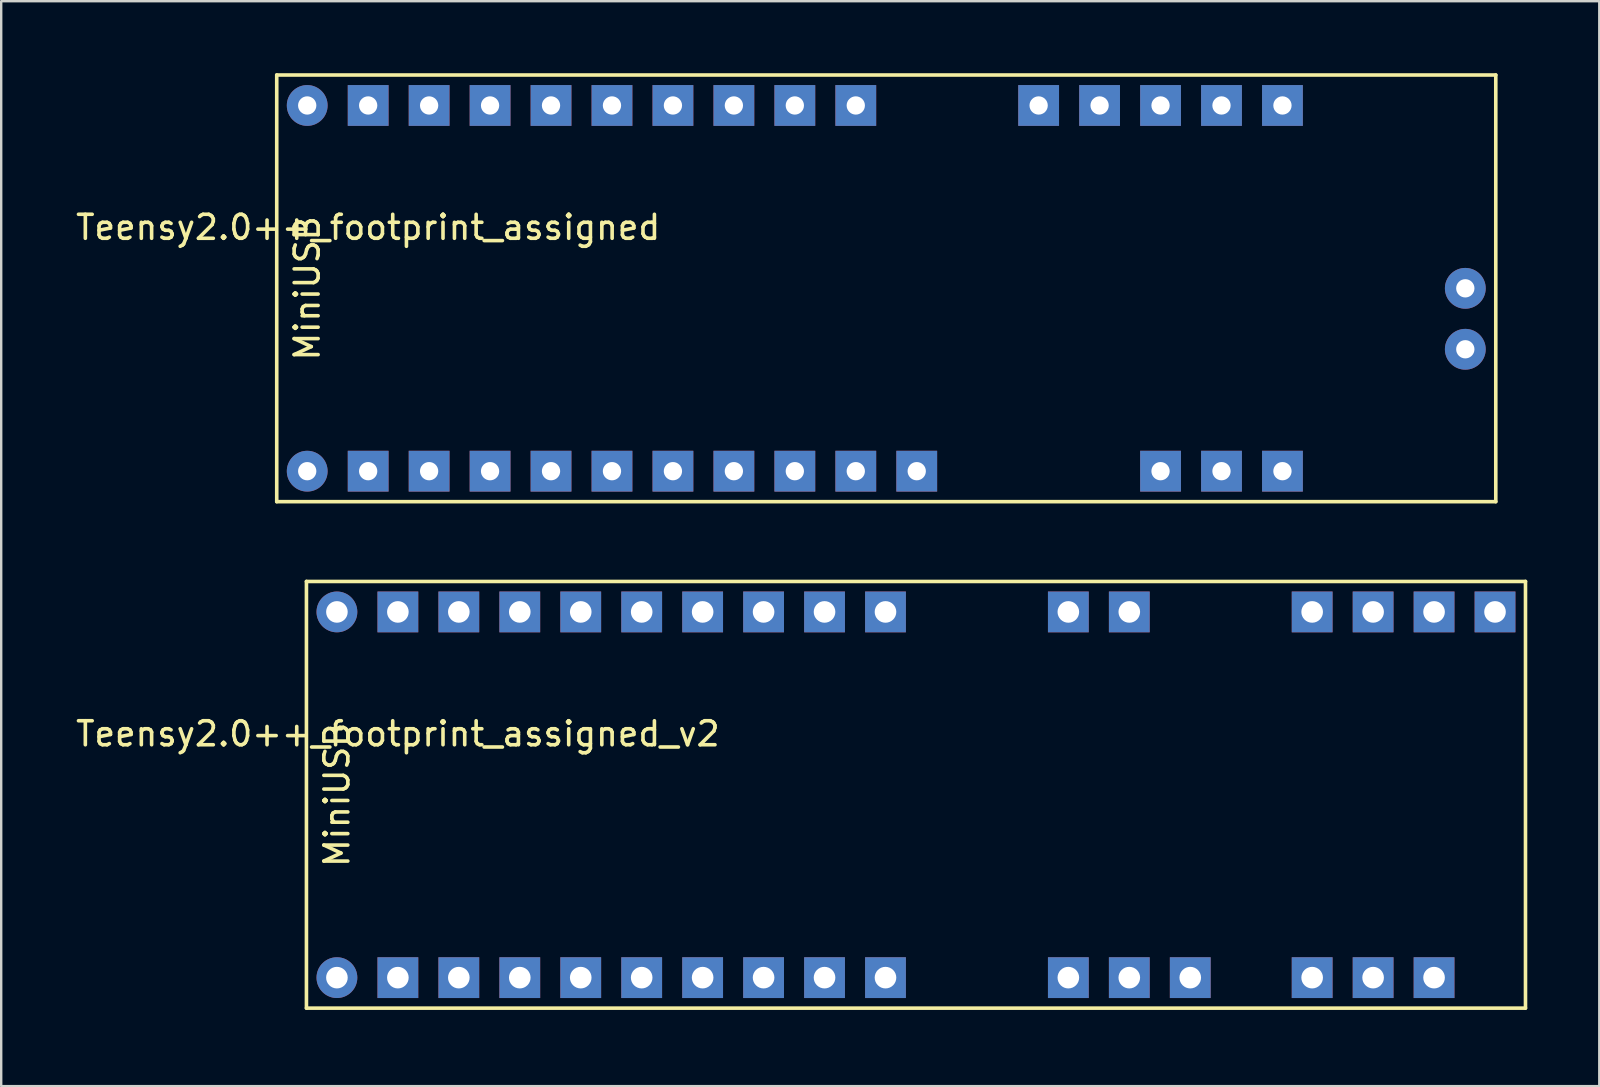
<source format=kicad_pcb>
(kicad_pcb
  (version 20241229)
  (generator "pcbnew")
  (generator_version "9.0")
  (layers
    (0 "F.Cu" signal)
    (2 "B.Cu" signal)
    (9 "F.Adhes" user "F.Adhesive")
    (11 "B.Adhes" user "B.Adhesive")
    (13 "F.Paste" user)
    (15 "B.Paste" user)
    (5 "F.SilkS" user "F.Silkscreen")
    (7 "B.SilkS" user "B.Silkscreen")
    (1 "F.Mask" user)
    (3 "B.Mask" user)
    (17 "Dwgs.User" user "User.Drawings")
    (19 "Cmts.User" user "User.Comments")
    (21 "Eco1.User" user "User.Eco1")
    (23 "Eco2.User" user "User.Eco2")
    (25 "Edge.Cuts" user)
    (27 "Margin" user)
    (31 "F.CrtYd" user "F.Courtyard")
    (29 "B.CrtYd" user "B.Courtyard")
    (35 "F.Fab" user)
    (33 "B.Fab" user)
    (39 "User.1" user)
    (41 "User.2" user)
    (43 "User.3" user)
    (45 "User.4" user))
  (footprint "Teensy2.0++_footprint_assigned_v2"
    (layer "F.Cu")
    (at 9.72 38.96)
    (property "Reference" "Teensy2.0++_footprint_assigned_v2" (at 3.81 -11.43 0) (layer "F.SilkS") (effects (font (size 1 1) (thickness 0.15))))
    (attr through_hole)
    (fp_line (start 0 -12.7) (end 3.81 -12.7) (stroke (width 0.15) (type solid)) (layer "F.Mask"))
    (fp_line (start 3.81 -12.7) (end 3.81 -5.08) (stroke (width 0.15) (type solid)) (layer "F.Mask"))
    (fp_line (start 3.81 -5.08) (end 0 -5.08) (stroke (width 0.15) (type solid)) (layer "F.Mask"))
    (fp_line (start 0 -17.78) (end 50.8 -17.78) (stroke (width 0.15) (type solid)) (layer "F.SilkS"))
    (fp_line (start 0 0) (end 0 -17.78) (stroke (width 0.15) (type solid)) (layer "F.SilkS"))
    (fp_line (start 50.8 -17.78) (end 50.8 0) (stroke (width 0.15) (type solid)) (layer "F.SilkS"))
    (fp_line (start 50.8 0) (end 0 0) (stroke (width 0.15) (type solid)) (layer "F.SilkS"))
    (fp_text user "MiniUSB" (at 1.27 -8.89 90) (layer "F.SilkS") (effects (font (size 1 1) (thickness 0.15))))
    (pad "0" thru_hole rect (at 6.35 -1.27) (size 1.7 1.7) (drill 0.9) (layers "*.Cu" "*.Mask"))
    (pad "1" thru_hole rect (at 8.89 -1.27) (size 1.7 1.7) (drill 0.9) (layers "*.Cu" "*.Mask"))
    (pad "2" thru_hole rect (at 11.43 -1.27) (size 1.7 1.7) (drill 0.9) (layers "*.Cu" "*.Mask"))
    (pad "3" thru_hole rect (at 13.97 -1.27) (size 1.7 1.7) (drill 0.9) (layers "*.Cu" "*.Mask"))
    (pad "4" thru_hole rect (at 16.51 -1.27) (size 1.7 1.7) (drill 0.9) (layers "*.Cu" "*.Mask"))
    (pad "5" thru_hole rect (at 19.05 -1.27) (size 1.7 1.7) (drill 0.9) (layers "*.Cu" "*.Mask"))
    (pad "6" thru_hole rect (at 21.59 -1.27) (size 1.7 1.7) (drill 0.9) (layers "*.Cu" "*.Mask"))
    (pad "7" thru_hole rect (at 24.13 -1.27) (size 1.7 1.7) (drill 0.9) (layers "*.Cu" "*.Mask"))
    (pad "10" thru_hole rect (at 31.75 -1.27) (size 1.7 1.7) (drill 0.9) (layers "*.Cu" "*.Mask"))
    (pad "11" thru_hole rect (at 34.29 -1.27) (size 1.7 1.7) (drill 0.9) (layers "*.Cu" "*.Mask"))
    (pad "12" thru_hole rect (at 36.83 -1.27) (size 1.7 1.7) (drill 0.9) (layers "*.Cu" "*.Mask"))
    (pad "14" thru_hole rect (at 41.91 -1.27) (size 1.7 1.7) (drill 0.9) (layers "*.Cu" "*.Mask"))
    (pad "15" thru_hole rect (at 44.45 -1.27) (size 1.7 1.7) (drill 0.9) (layers "*.Cu" "*.Mask"))
    (pad "16" thru_hole rect (at 46.99 -1.27) (size 1.7 1.7) (drill 0.9) (layers "*.Cu" "*.Mask"))
    (pad "18" thru_hole rect (at 24.13 -16.51) (size 1.7 1.7) (drill 0.9) (layers "*.Cu" "*.Mask"))
    (pad "19" thru_hole rect (at 21.59 -16.51) (size 1.7 1.7) (drill 0.9) (layers "*.Cu" "*.Mask"))
    (pad "20" thru_hole rect (at 19.05 -16.51) (size 1.7 1.7) (drill 0.9) (layers "*.Cu" "*.Mask"))
    (pad "21" thru_hole rect (at 16.51 -16.51) (size 1.7 1.7) (drill 0.9) (layers "*.Cu" "*.Mask"))
    (pad "22" thru_hole rect (at 13.97 -16.51) (size 1.7 1.7) (drill 0.9) (layers "*.Cu" "*.Mask"))
    (pad "23" thru_hole rect (at 11.43 -16.51) (size 1.7 1.7) (drill 0.9) (layers "*.Cu" "*.Mask"))
    (pad "24" thru_hole rect (at 8.89 -16.51) (size 1.7 1.7) (drill 0.9) (layers "*.Cu" "*.Mask"))
    (pad "25" thru_hole rect (at 6.35 -16.51) (size 1.7 1.7) (drill 0.9) (layers "*.Cu" "*.Mask"))
    (pad "26" thru_hole rect (at 3.81 -16.51) (size 1.7 1.7) (drill 0.9) (layers "*.Cu" "*.Mask"))
    (pad "27" thru_hole rect (at 3.81 -1.27) (size 1.7 1.7) (drill 0.9) (layers "*.Cu" "*.Mask"))
    (pad "38" thru_hole rect (at 31.75 -16.51) (size 1.7 1.7) (drill 0.9) (layers "*.Cu" "*.Mask"))
    (pad "39" thru_hole rect (at 34.29 -16.51) (size 1.7 1.7) (drill 0.9) (layers "*.Cu" "*.Mask"))
    (pad "42" thru_hole rect (at 41.91 -16.51) (size 1.7 1.7) (drill 0.9) (layers "*.Cu" "*.Mask"))
    (pad "43" thru_hole rect (at 44.45 -16.51) (size 1.7 1.7) (drill 0.9) (layers "*.Cu" "*.Mask"))
    (pad "44" thru_hole rect (at 46.99 -16.51) (size 1.7 1.7) (drill 0.9) (layers "*.Cu" "*.Mask"))
    (pad "45" thru_hole rect (at 49.53 -16.51) (size 1.7 1.7) (drill 0.9) (layers "*.Cu" "*.Mask"))
    (pad "46" thru_hole circle (at 1.27 -16.51) (size 1.7 1.7) (drill 0.9) (layers "*.Cu" "*.Mask"))
    (pad "49" thru_hole circle (at 1.27 -1.27) (size 1.7 1.7) (drill 0.9) (layers "*.Cu" "*.Mask")))
  (footprint "Teensy2.0++_footprint_assigned"
    (layer "F.Cu")
    (at 8.482 17.855)
    (property "Reference" "Teensy2.0++_footprint_assigned" (at 3.81 -11.43 0) (layer "F.SilkS") (effects (font (size 1 1) (thickness 0.15))))
    (attr through_hole)
    (fp_line (start 0 -12.7) (end 3.81 -12.7) (stroke (width 0.15) (type solid)) (layer "F.Mask"))
    (fp_line (start 3.81 -12.7) (end 3.81 -5.08) (stroke (width 0.15) (type solid)) (layer "F.Mask"))
    (fp_line (start 3.81 -5.08) (end 0 -5.08) (stroke (width 0.15) (type solid)) (layer "F.Mask"))
    (fp_line (start 0 -17.78) (end 50.8 -17.78) (stroke (width 0.15) (type solid)) (layer "F.SilkS"))
    (fp_line (start 0 0) (end 0 -17.78) (stroke (width 0.15) (type solid)) (layer "F.SilkS"))
    (fp_line (start 50.8 -17.78) (end 50.8 0) (stroke (width 0.15) (type solid)) (layer "F.SilkS"))
    (fp_line (start 50.8 0) (end 0 0) (stroke (width 0.15) (type solid)) (layer "F.SilkS"))
    (fp_text user "MiniUSB" (at 1.27 -8.89 90) (layer "F.SilkS") (effects (font (size 1 1) (thickness 0.15))))
    (pad "0" thru_hole rect (at 6.35 -1.27) (size 1.7 1.7) (drill 0.762) (layers "*.Cu" "*.Mask"))
    (pad "1" thru_hole rect (at 8.89 -1.27) (size 1.7 1.7) (drill 0.762) (layers "*.Cu" "*.Mask"))
    (pad "2" thru_hole rect (at 11.43 -1.27) (size 1.7 1.7) (drill 0.762) (layers "*.Cu" "*.Mask"))
    (pad "3" thru_hole rect (at 13.97 -1.27) (size 1.7 1.7) (drill 0.762) (layers "*.Cu" "*.Mask"))
    (pad "4" thru_hole rect (at 16.51 -1.27) (size 1.7 1.7) (drill 0.762) (layers "*.Cu" "*.Mask"))
    (pad "5" thru_hole rect (at 19.05 -1.27) (size 1.7 1.7) (drill 0.762) (layers "*.Cu" "*.Mask"))
    (pad "6" thru_hole rect (at 21.59 -1.27) (size 1.7 1.7) (drill 0.762) (layers "*.Cu" "*.Mask"))
    (pad "7" thru_hole rect (at 24.13 -1.27) (size 1.7 1.7) (drill 0.762) (layers "*.Cu" "*.Mask"))
    (pad "8" thru_hole rect (at 26.67 -1.27) (size 1.7 1.7) (drill 0.762) (layers "*.Cu" "*.Mask"))
    (pad "12" thru_hole rect (at 36.83 -1.27) (size 1.7 1.7) (drill 0.762) (layers "*.Cu" "*.Mask"))
    (pad "13" thru_hole rect (at 39.37 -1.27) (size 1.7 1.7) (drill 0.762) (layers "*.Cu" "*.Mask"))
    (pad "14" thru_hole rect (at 41.91 -1.27) (size 1.7 1.7) (drill 0.762) (layers "*.Cu" "*.Mask"))
    (pad "18" thru_hole rect (at 24.13 -16.51) (size 1.7 1.7) (drill 0.762) (layers "*.Cu" "*.Mask"))
    (pad "19" thru_hole rect (at 21.59 -16.51) (size 1.7 1.7) (drill 0.762) (layers "*.Cu" "*.Mask"))
    (pad "20" thru_hole rect (at 19.05 -16.51) (size 1.7 1.7) (drill 0.762) (layers "*.Cu" "*.Mask"))
    (pad "21" thru_hole rect (at 16.51 -16.51) (size 1.7 1.7) (drill 0.762) (layers "*.Cu" "*.Mask"))
    (pad "22" thru_hole rect (at 13.97 -16.51) (size 1.7 1.7) (drill 0.762) (layers "*.Cu" "*.Mask"))
    (pad "23" thru_hole rect (at 11.43 -16.51) (size 1.7 1.7) (drill 0.762) (layers "*.Cu" "*.Mask"))
    (pad "24" thru_hole rect (at 8.89 -16.51) (size 1.7 1.7) (drill 0.762) (layers "*.Cu" "*.Mask"))
    (pad "25" thru_hole rect (at 6.35 -16.51) (size 1.7 1.7) (drill 0.762) (layers "*.Cu" "*.Mask"))
    (pad "26" thru_hole rect (at 3.81 -16.51) (size 1.7 1.7) (drill 0.762) (layers "*.Cu" "*.Mask"))
    (pad "27" thru_hole rect (at 3.81 -1.27) (size 1.7 1.7) (drill 0.762) (layers "*.Cu" "*.Mask"))
    (pad "38" thru_hole rect (at 31.75 -16.51) (size 1.7 1.7) (drill 0.762) (layers "*.Cu" "*.Mask"))
    (pad "39" thru_hole rect (at 34.29 -16.51) (size 1.7 1.7) (drill 0.762) (layers "*.Cu" "*.Mask"))
    (pad "40" thru_hole rect (at 36.83 -16.51) (size 1.7 1.7) (drill 0.762) (layers "*.Cu" "*.Mask"))
    (pad "41" thru_hole rect (at 39.37 -16.51) (size 1.7 1.7) (drill 0.762) (layers "*.Cu" "*.Mask"))
    (pad "42" thru_hole rect (at 41.91 -16.51) (size 1.7 1.7) (drill 0.762) (layers "*.Cu" "*.Mask"))
    (pad "46" thru_hole circle (at 1.27 -16.51) (size 1.7 1.7) (drill 0.762) (layers "*.Cu" "*.Mask"))
    (pad "49" thru_hole circle (at 1.27 -1.27) (size 1.7 1.7) (drill 0.762) (layers "*.Cu" "*.Mask"))
    (pad "51" thru_hole circle (at 49.53 -6.35) (size 1.7 1.7) (drill 0.762) (layers "*.Cu" "*.Mask"))
    (pad "52" thru_hole circle (at 49.53 -8.89) (size 1.7 1.7) (drill 0.762) (layers "*.Cu" "*.Mask")))
  (gr_rect
    (start -3 -3)
    (end 63.595 42.21)
    (stroke (width 0.1) (type default))
    (fill no)
    (layer "Edge.Cuts")))
</source>
